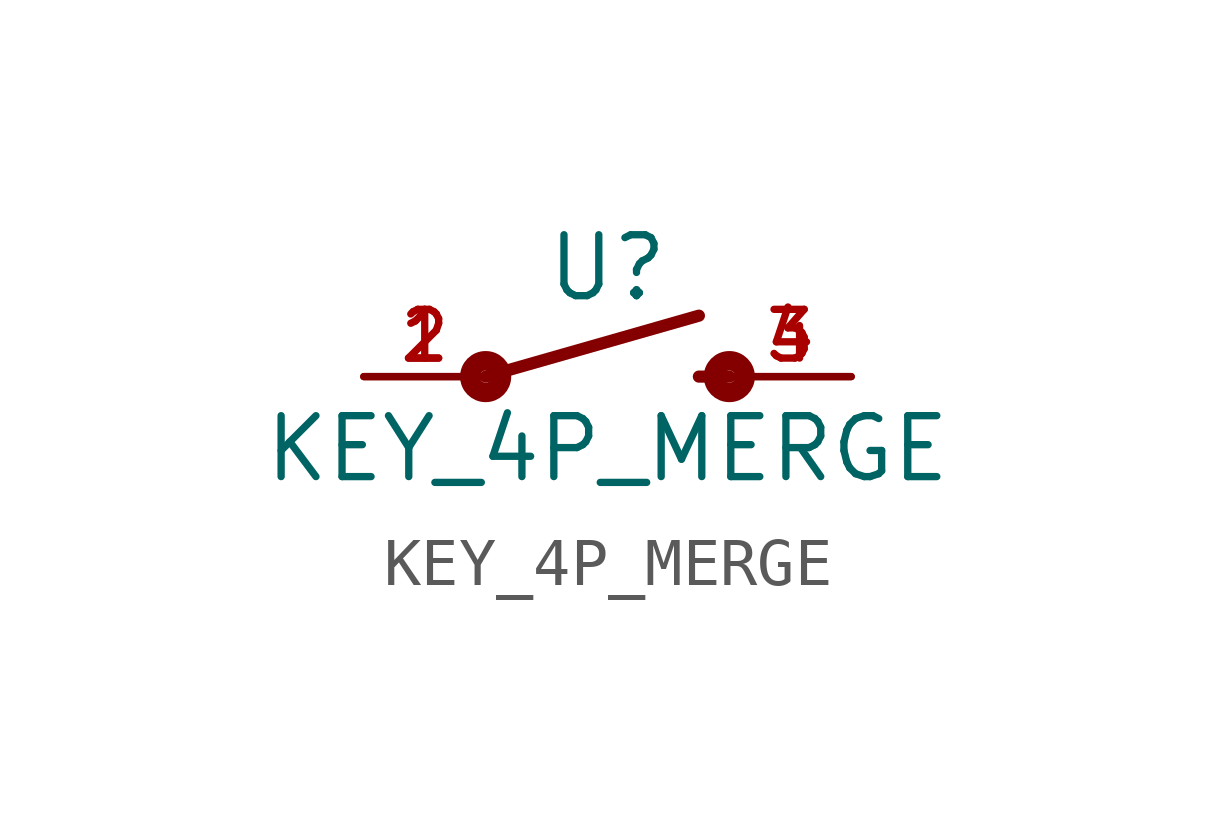
<source format=kicad_sym>
(kicad_symbol_lib
  (version 20211014)
  (generator kicad_symbol_editor)
  (symbol "KEY_4P_MERGE"
    (pin_names
      (offset 1.016))
    (property "Reference" "U"
      (at 0 1.524 0)
      (effects (font (size 1.27 1.27)) (justify bottom)))
    (property "Value" "KEY_4P_MERGE"
      (at 0 -0.762 0)
      (effects (font (size 1.27 1.27)) (justify top)))
    (symbol "KEY_4P_MERGE_0_0"
      (circle (center -2.54 0) (radius 0.127) (stroke (width 0.406) (type default) (color 0 0 0 0)) (fill (type none)))
      (polyline (pts (xy -2.54 0) (xy 1.905 1.27)) (stroke (width 0.254) (type default) (color 0 0 0 0)) (fill (type none)))
      (polyline (pts (xy 1.905 0) (xy 2.54 0)) (stroke (width 0.254) (type default) (color 0 0 0 0)) (fill (type none)))
      (circle (center 2.54 0) (radius 0.127) (stroke (width 0.406) (type default) (color 0 0 0 0)) (fill (type none)))
      (pin passive line (at -5.08 0 0) (length 2.54) (name "~" (effects (font (size 1.016 1.016)))) (number "1" (effects (font (size 1.016 1.016)))))
      (pin passive line (at -5.08 0 0) (length 2.54) (name "~" (effects (font (size 1.016 1.016)))) (number "2" (effects (font (size 1.016 1.016)))))
      (pin passive line (at 5.08 0 180) (length 2.54) (name "~" (effects (font (size 1.016 1.016)))) (number "3" (effects (font (size 1.016 1.016)))))
      (pin passive line (at 5.08 0 180) (length 2.54) (name "~" (effects (font (size 1.016 1.016)))) (number "4" (effects (font (size 1.016 1.016))))))))
</source>
